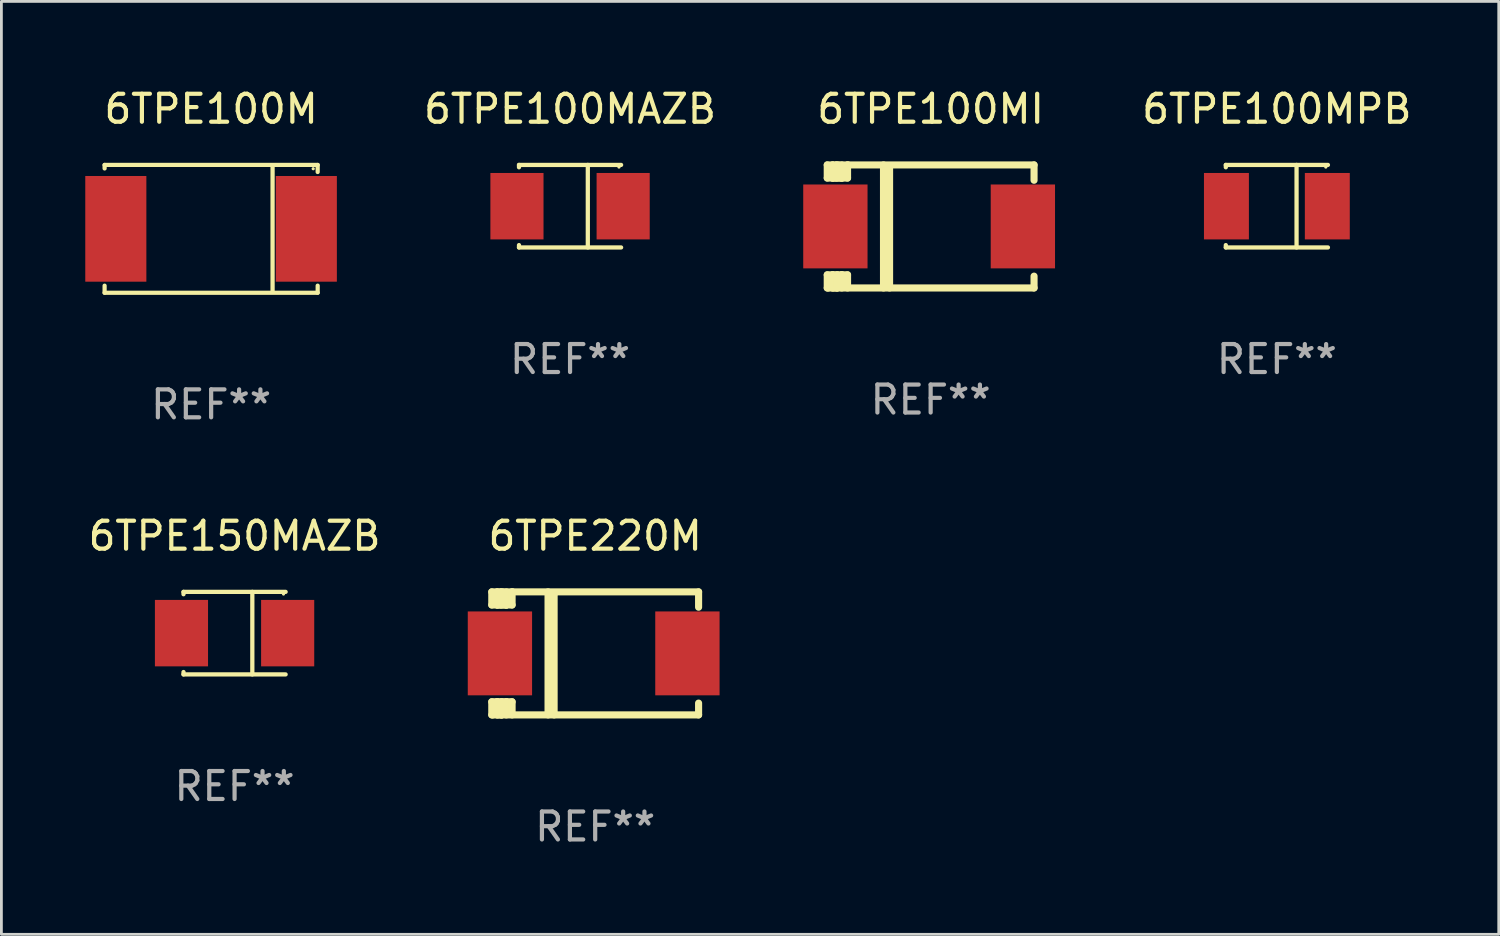
<source format=kicad_pcb>
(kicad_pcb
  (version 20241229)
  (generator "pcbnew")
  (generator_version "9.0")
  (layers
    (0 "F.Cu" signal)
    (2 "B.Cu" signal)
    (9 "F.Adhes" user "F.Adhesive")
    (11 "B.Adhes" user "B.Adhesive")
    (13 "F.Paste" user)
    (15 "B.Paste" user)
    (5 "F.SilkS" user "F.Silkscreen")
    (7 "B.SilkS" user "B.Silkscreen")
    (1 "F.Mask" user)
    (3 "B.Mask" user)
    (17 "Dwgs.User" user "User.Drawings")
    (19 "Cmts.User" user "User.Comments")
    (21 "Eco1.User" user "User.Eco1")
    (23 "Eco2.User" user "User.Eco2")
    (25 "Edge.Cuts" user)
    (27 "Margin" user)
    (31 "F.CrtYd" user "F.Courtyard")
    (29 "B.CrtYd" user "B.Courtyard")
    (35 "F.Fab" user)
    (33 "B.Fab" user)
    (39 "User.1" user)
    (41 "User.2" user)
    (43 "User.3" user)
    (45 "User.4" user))
  (footprint "6TPE150MAZB"
    (layer "F.Cu")
    (at 5.339 19.593)
    (property "Reference" "6TPE150MAZB" (at 0 -3.476 0) (layer "F.SilkS") (effects (font (size 1 1) (thickness 0.15))))
    (attr through_hole)
    (fp_line (start -1.826 -1.476) (end -1.826 -1.391) (stroke (width 0.152) (type solid)) (layer "F.SilkS"))
    (fp_line (start -1.826 -1.476) (end 1.826 -1.476) (stroke (width 0.152) (type solid)) (layer "F.SilkS"))
    (fp_line (start -1.826 1.476) (end -1.826 1.391) (stroke (width 0.152) (type solid)) (layer "F.SilkS"))
    (fp_line (start -1.826 1.476) (end 1.826 1.476) (stroke (width 0.152) (type solid)) (layer "F.SilkS"))
    (fp_line (start 0.635 -1.476) (end 0.635 1.476) (stroke (width 0.152) (type solid)) (layer "F.SilkS"))
    (fp_circle (center 1.75 -1.4) (end 1.78 -1.4) (stroke (width 0.06) (type solid)) (fill no) (layer "F.SilkS"))
    (fp_text user "REF**" (at 0 5.476 0) (layer "F.Fab") (effects (font (size 1 1) (thickness 0.15))))
    (pad "1" smd rect (at 1.899 0) (size 1.9 2.376) (layers "F.Cu" "F.Mask" "F.Paste"))
    (pad "2" smd rect (at -1.899 0) (size 1.9 2.376) (layers "F.Cu" "F.Mask" "F.Paste")))
  (footprint "6TPE100M"
    (layer "F.Cu")
    (at 4.501 5.134)
    (property "Reference" "6TPE100M" (at 0 -4.286 0) (layer "F.SilkS") (effects (font (size 1 1) (thickness 0.15))))
    (attr through_hole)
    (fp_line (start -3.81 -2.286) (end -3.81 -2.159) (stroke (width 0.15) (type solid)) (layer "F.SilkS"))
    (fp_line (start -3.81 2.032) (end -3.81 2.286) (stroke (width 0.15) (type solid)) (layer "F.SilkS"))
    (fp_line (start -3.81 2.286) (end 3.81 2.286) (stroke (width 0.15) (type solid)) (layer "F.SilkS"))
    (fp_line (start 2.197 -2.226) (end 2.197 2.226) (stroke (width 0.152) (type solid)) (layer "F.SilkS"))
    (fp_line (start 3.81 -2.286) (end -3.81 -2.286) (stroke (width 0.15) (type solid)) (layer "F.SilkS"))
    (fp_line (start 3.81 -2.032) (end 3.81 -2.286) (stroke (width 0.15) (type solid)) (layer "F.SilkS"))
    (fp_line (start 3.81 2.286) (end 3.81 2.032) (stroke (width 0.15) (type solid)) (layer "F.SilkS"))
    (fp_circle (center 3.65 -2.15) (end 3.68 -2.15) (stroke (width 0.06) (type solid)) (fill no) (layer "F.SilkS"))
    (fp_text user "REF**" (at 0 6.286 0) (layer "F.Fab") (effects (font (size 1 1) (thickness 0.15))))
    (pad "1" smd rect (at 3.404 0 180) (size 2.185 3.78) (layers "F.Cu" "F.Mask" "F.Paste"))
    (pad "2" smd rect (at -3.409 0 180) (size 2.185 3.78) (layers "F.Cu" "F.Mask" "F.Paste")))
  (footprint "6TPE100MI"
    (layer "F.Cu")
    (at 30.233 5.048)
    (property "Reference" "6TPE100MI" (at 0 -4.2 0) (layer "F.SilkS") (effects (font (size 1 1) (thickness 0.15))))
    (attr through_hole)
    (fp_line (start -3.698 -2.2) (end -3.502 -2.2) (stroke (width 0.254) (type solid)) (layer "F.SilkS"))
    (fp_line (start -3.698 -1.731) (end -3.698 -2.2) (stroke (width 0.254) (type solid)) (layer "F.SilkS"))
    (fp_line (start -3.698 -1.731) (end -3.502 -1.731) (stroke (width 0.254) (type solid)) (layer "F.SilkS"))
    (fp_line (start -3.698 1.731) (end -3.502 1.731) (stroke (width 0.254) (type solid)) (layer "F.SilkS"))
    (fp_line (start -3.698 2.2) (end -3.698 1.731) (stroke (width 0.254) (type solid)) (layer "F.SilkS"))
    (fp_line (start -3.66 2.2) (end -3.698 2.2) (stroke (width 0.254) (type solid)) (layer "F.SilkS"))
    (fp_line (start -3.66 2.2) (end -3.346 2.2) (stroke (width 0.254) (type solid)) (layer "F.SilkS"))
    (fp_line (start -3.502 -2.2) (end 3.698 -2.2) (stroke (width 0.254) (type solid)) (layer "F.SilkS"))
    (fp_line (start -3.502 -1.731) (end -3.502 -2.2) (stroke (width 0.254) (type solid)) (layer "F.SilkS"))
    (fp_line (start -3.502 1.731) (end -3.502 1.778) (stroke (width 0.254) (type solid)) (layer "F.SilkS"))
    (fp_line (start -3.502 1.731) (end -3.178 1.731) (stroke (width 0.254) (type solid)) (layer "F.SilkS"))
    (fp_line (start -3.502 1.778) (end -3.502 1.731) (stroke (width 0.254) (type solid)) (layer "F.SilkS"))
    (fp_line (start -3.502 2.2) (end -3.502 1.778) (stroke (width 0.254) (type solid)) (layer "F.SilkS"))
    (fp_line (start -3.502 2.2) (end 3.698 2.2) (stroke (width 0.254) (type solid)) (layer "F.SilkS"))
    (fp_line (start -3.367 -2.2) (end -3.367 -1.731) (stroke (width 0.254) (type solid)) (layer "F.SilkS"))
    (fp_line (start -3.346 1.731) (end -3.346 2.2) (stroke (width 0.254) (type solid)) (layer "F.SilkS"))
    (fp_line (start -3.346 2.2) (end -3.346 2.2) (stroke (width 0.254) (type solid)) (layer "F.SilkS"))
    (fp_line (start -3.332 1.731) (end -3.346 1.731) (stroke (width 0.254) (type solid)) (layer "F.SilkS"))
    (fp_line (start -3.303 -2.2) (end -3.367 -2.2) (stroke (width 0.254) (type solid)) (layer "F.SilkS"))
    (fp_line (start -3.179 -1.731) (end -3.179 -1.731) (stroke (width 0.254) (type solid)) (layer "F.SilkS"))
    (fp_line (start -3.179 1.731) (end -3.179 2.2) (stroke (width 0.254) (type solid)) (layer "F.SilkS"))
    (fp_line (start -3.178 -1.731) (end -3.502 -1.731) (stroke (width 0.254) (type solid)) (layer "F.SilkS"))
    (fp_line (start -3.178 -1.731) (end -3.179 -1.731) (stroke (width 0.254) (type solid)) (layer "F.SilkS"))
    (fp_line (start -3.178 -1.731) (end -3.178 -2.2) (stroke (width 0.254) (type solid)) (layer "F.SilkS"))
    (fp_line (start -3.178 1.731) (end -3.178 1.731) (stroke (width 0.254) (type solid)) (layer "F.SilkS"))
    (fp_line (start -2.972 -2.2) (end -2.972 -1.731) (stroke (width 0.254) (type solid)) (layer "F.SilkS"))
    (fp_line (start -2.972 -1.731) (end -3.502 -1.731) (stroke (width 0.254) (type solid)) (layer "F.SilkS"))
    (fp_line (start -2.972 1.731) (end -3.179 1.731) (stroke (width 0.254) (type solid)) (layer "F.SilkS"))
    (fp_line (start -2.972 1.731) (end -2.972 2.2) (stroke (width 0.254) (type solid)) (layer "F.SilkS"))
    (fp_line (start -2.957 -2.2) (end -2.972 -2.2) (stroke (width 0.254) (type solid)) (layer "F.SilkS"))
    (fp_line (start -1.686 -2.2) (end -1.686 2.2) (stroke (width 0.254) (type solid)) (layer "F.SilkS"))
    (fp_line (start -1.469 -2.159) (end -1.469 2.2) (stroke (width 0.254) (type solid)) (layer "F.SilkS"))
    (fp_line (start -1.452 -2.159) (end -1.469 -2.159) (stroke (width 0.254) (type solid)) (layer "F.SilkS"))
    (fp_line (start 3.698 -2.2) (end 3.698 -1.651) (stroke (width 0.254) (type solid)) (layer "F.SilkS"))
    (fp_line (start 3.698 2.2) (end 3.698 1.778) (stroke (width 0.254) (type solid)) (layer "F.SilkS"))
    (fp_circle (center -3.552 2.15) (end -3.522 2.15) (stroke (width 0.06) (type solid)) (fill no) (layer "F.SilkS"))
    (fp_text user "REF**" (at 0 6.2 0) (layer "F.Fab") (effects (font (size 1 1) (thickness 0.15))))
    (pad "1" smd rect (at -3.407 0) (size 2.3 3) (layers "F.Cu" "F.Mask" "F.Paste"))
    (pad "2" smd rect (at 3.298 0) (size 2.3 3) (layers "F.Cu" "F.Mask" "F.Paste")))
  (footprint "6TPE220M"
    (layer "F.Cu")
    (at 18.236 20.317)
    (property "Reference" "6TPE220M" (at 0 -4.2 0) (layer "F.SilkS") (effects (font (size 1 1) (thickness 0.15))))
    (attr through_hole)
    (fp_line (start -3.698 -2.2) (end -3.502 -2.2) (stroke (width 0.254) (type solid)) (layer "F.SilkS"))
    (fp_line (start -3.698 -1.731) (end -3.698 -2.2) (stroke (width 0.254) (type solid)) (layer "F.SilkS"))
    (fp_line (start -3.698 -1.731) (end -3.502 -1.731) (stroke (width 0.254) (type solid)) (layer "F.SilkS"))
    (fp_line (start -3.698 1.731) (end -3.502 1.731) (stroke (width 0.254) (type solid)) (layer "F.SilkS"))
    (fp_line (start -3.698 2.2) (end -3.698 1.731) (stroke (width 0.254) (type solid)) (layer "F.SilkS"))
    (fp_line (start -3.66 2.2) (end -3.698 2.2) (stroke (width 0.254) (type solid)) (layer "F.SilkS"))
    (fp_line (start -3.66 2.2) (end -3.346 2.2) (stroke (width 0.254) (type solid)) (layer "F.SilkS"))
    (fp_line (start -3.502 -2.2) (end 3.698 -2.2) (stroke (width 0.254) (type solid)) (layer "F.SilkS"))
    (fp_line (start -3.502 -1.731) (end -3.502 -2.2) (stroke (width 0.254) (type solid)) (layer "F.SilkS"))
    (fp_line (start -3.502 1.731) (end -3.502 1.778) (stroke (width 0.254) (type solid)) (layer "F.SilkS"))
    (fp_line (start -3.502 1.731) (end -3.178 1.731) (stroke (width 0.254) (type solid)) (layer "F.SilkS"))
    (fp_line (start -3.502 1.778) (end -3.502 1.731) (stroke (width 0.254) (type solid)) (layer "F.SilkS"))
    (fp_line (start -3.502 2.2) (end -3.502 1.778) (stroke (width 0.254) (type solid)) (layer "F.SilkS"))
    (fp_line (start -3.502 2.2) (end 3.698 2.2) (stroke (width 0.254) (type solid)) (layer "F.SilkS"))
    (fp_line (start -3.367 -2.2) (end -3.367 -1.731) (stroke (width 0.254) (type solid)) (layer "F.SilkS"))
    (fp_line (start -3.346 1.731) (end -3.346 2.2) (stroke (width 0.254) (type solid)) (layer "F.SilkS"))
    (fp_line (start -3.346 2.2) (end -3.346 2.2) (stroke (width 0.254) (type solid)) (layer "F.SilkS"))
    (fp_line (start -3.332 1.731) (end -3.346 1.731) (stroke (width 0.254) (type solid)) (layer "F.SilkS"))
    (fp_line (start -3.303 -2.2) (end -3.367 -2.2) (stroke (width 0.254) (type solid)) (layer "F.SilkS"))
    (fp_line (start -3.179 -1.731) (end -3.179 -1.731) (stroke (width 0.254) (type solid)) (layer "F.SilkS"))
    (fp_line (start -3.179 1.731) (end -3.179 2.2) (stroke (width 0.254) (type solid)) (layer "F.SilkS"))
    (fp_line (start -3.178 -1.731) (end -3.502 -1.731) (stroke (width 0.254) (type solid)) (layer "F.SilkS"))
    (fp_line (start -3.178 -1.731) (end -3.179 -1.731) (stroke (width 0.254) (type solid)) (layer "F.SilkS"))
    (fp_line (start -3.178 -1.731) (end -3.178 -2.2) (stroke (width 0.254) (type solid)) (layer "F.SilkS"))
    (fp_line (start -3.178 1.731) (end -3.178 1.731) (stroke (width 0.254) (type solid)) (layer "F.SilkS"))
    (fp_line (start -2.972 -2.2) (end -2.972 -1.731) (stroke (width 0.254) (type solid)) (layer "F.SilkS"))
    (fp_line (start -2.972 -1.731) (end -3.502 -1.731) (stroke (width 0.254) (type solid)) (layer "F.SilkS"))
    (fp_line (start -2.972 1.731) (end -3.179 1.731) (stroke (width 0.254) (type solid)) (layer "F.SilkS"))
    (fp_line (start -2.972 1.731) (end -2.972 2.2) (stroke (width 0.254) (type solid)) (layer "F.SilkS"))
    (fp_line (start -2.957 -2.2) (end -2.972 -2.2) (stroke (width 0.254) (type solid)) (layer "F.SilkS"))
    (fp_line (start -1.686 -2.2) (end -1.686 2.2) (stroke (width 0.254) (type solid)) (layer "F.SilkS"))
    (fp_line (start -1.469 -2.159) (end -1.469 2.2) (stroke (width 0.254) (type solid)) (layer "F.SilkS"))
    (fp_line (start -1.452 -2.159) (end -1.469 -2.159) (stroke (width 0.254) (type solid)) (layer "F.SilkS"))
    (fp_line (start 3.698 -2.2) (end 3.698 -1.651) (stroke (width 0.254) (type solid)) (layer "F.SilkS"))
    (fp_line (start 3.698 2.2) (end 3.698 1.778) (stroke (width 0.254) (type solid)) (layer "F.SilkS"))
    (fp_circle (center -3.552 2.15) (end -3.522 2.15) (stroke (width 0.06) (type solid)) (fill no) (layer "F.SilkS"))
    (fp_text user "REF**" (at 0 6.2 0) (layer "F.Fab") (effects (font (size 1 1) (thickness 0.15))))
    (pad "1" smd rect (at -3.407 0) (size 2.3 3) (layers "F.Cu" "F.Mask" "F.Paste"))
    (pad "2" smd rect (at 3.298 0) (size 2.3 3) (layers "F.Cu" "F.Mask" "F.Paste")))
  (footprint "6TPE100MPB"
    (layer "F.Cu")
    (at 42.615 4.324)
    (property "Reference" "6TPE100MPB" (at 0 -3.476 0) (layer "F.SilkS") (effects (font (size 1 1) (thickness 0.15))))
    (attr through_hole)
    (fp_line (start -1.826 -1.476) (end -1.826 -1.391) (stroke (width 0.152) (type solid)) (layer "F.SilkS"))
    (fp_line (start -1.826 -1.476) (end 1.826 -1.476) (stroke (width 0.152) (type solid)) (layer "F.SilkS"))
    (fp_line (start -1.826 1.476) (end -1.826 1.391) (stroke (width 0.152) (type solid)) (layer "F.SilkS"))
    (fp_line (start -1.826 1.476) (end 1.826 1.476) (stroke (width 0.152) (type solid)) (layer "F.SilkS"))
    (fp_line (start 0.704 -1.476) (end 0.704 1.476) (stroke (width 0.152) (type solid)) (layer "F.SilkS"))
    (fp_circle (center 1.75 -1.4) (end 1.78 -1.4) (stroke (width 0.06) (type solid)) (fill no) (layer "F.SilkS"))
    (fp_text user "REF**" (at 0 5.476 0) (layer "F.Fab") (effects (font (size 1 1) (thickness 0.15))))
    (pad "1" smd rect (at 1.804 0) (size 1.607 2.376) (layers "F.Cu" "F.Mask" "F.Paste"))
    (pad "2" smd rect (at -1.804 0) (size 1.607 2.376) (layers "F.Cu" "F.Mask" "F.Paste")))
  (footprint "6TPE100MAZB"
    (layer "F.Cu")
    (at 17.337 4.324)
    (property "Reference" "6TPE100MAZB" (at 0 -3.476 0) (layer "F.SilkS") (effects (font (size 1 1) (thickness 0.15))))
    (attr through_hole)
    (fp_line (start -1.826 -1.476) (end -1.826 -1.391) (stroke (width 0.152) (type solid)) (layer "F.SilkS"))
    (fp_line (start -1.826 -1.476) (end 1.826 -1.476) (stroke (width 0.152) (type solid)) (layer "F.SilkS"))
    (fp_line (start -1.826 1.476) (end -1.826 1.391) (stroke (width 0.152) (type solid)) (layer "F.SilkS"))
    (fp_line (start -1.826 1.476) (end 1.826 1.476) (stroke (width 0.152) (type solid)) (layer "F.SilkS"))
    (fp_line (start 0.635 -1.476) (end 0.635 1.476) (stroke (width 0.152) (type solid)) (layer "F.SilkS"))
    (fp_circle (center 1.75 -1.4) (end 1.78 -1.4) (stroke (width 0.06) (type solid)) (fill no) (layer "F.SilkS"))
    (fp_text user "REF**" (at 0 5.476 0) (layer "F.Fab") (effects (font (size 1 1) (thickness 0.15))))
    (pad "1" smd rect (at 1.899 0) (size 1.9 2.376) (layers "F.Cu" "F.Mask" "F.Paste"))
    (pad "2" smd rect (at -1.899 0) (size 1.9 2.376) (layers "F.Cu" "F.Mask" "F.Paste")))
  (gr_rect
    (start -3 -3)
    (end 50.55 30.365)
    (stroke (width 0.1) (type default))
    (fill no)
    (layer "Edge.Cuts")))
</source>
